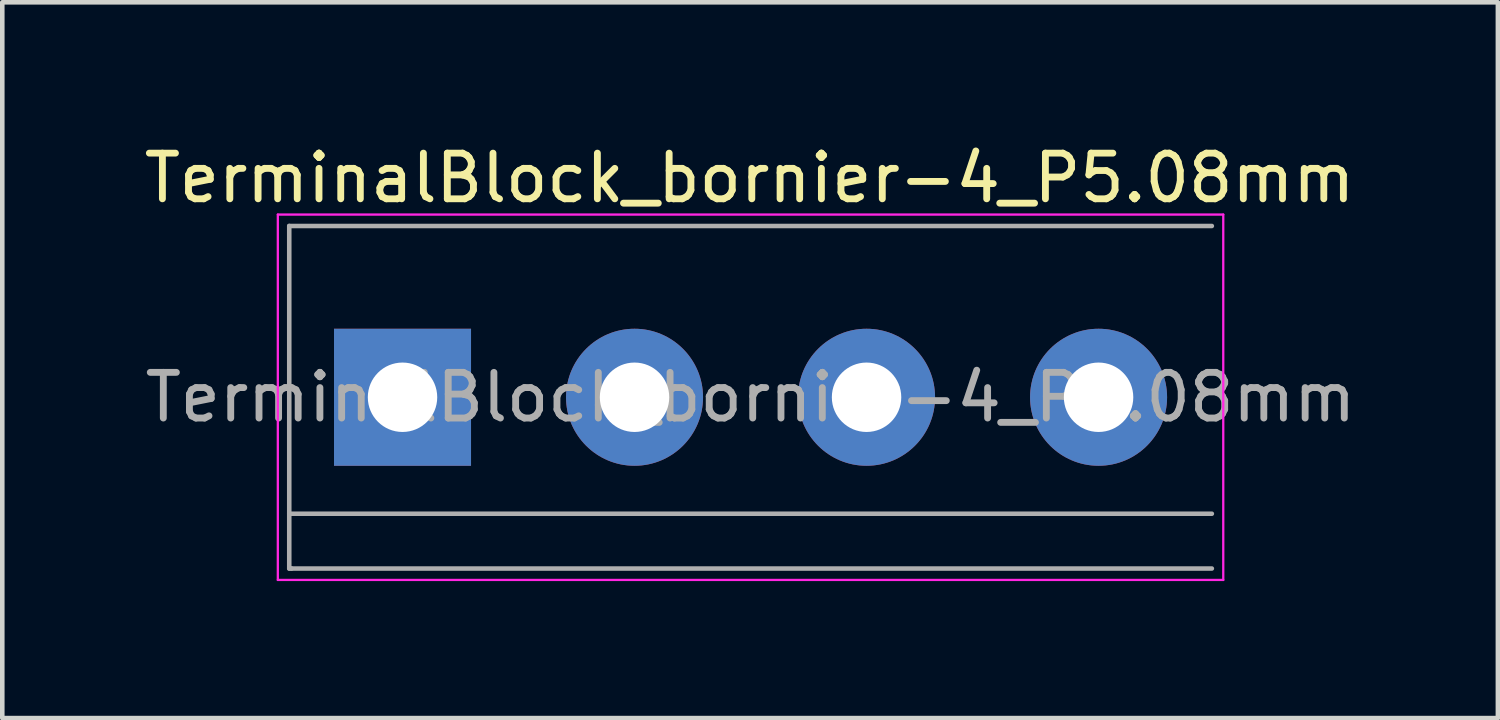
<source format=kicad_pcb>
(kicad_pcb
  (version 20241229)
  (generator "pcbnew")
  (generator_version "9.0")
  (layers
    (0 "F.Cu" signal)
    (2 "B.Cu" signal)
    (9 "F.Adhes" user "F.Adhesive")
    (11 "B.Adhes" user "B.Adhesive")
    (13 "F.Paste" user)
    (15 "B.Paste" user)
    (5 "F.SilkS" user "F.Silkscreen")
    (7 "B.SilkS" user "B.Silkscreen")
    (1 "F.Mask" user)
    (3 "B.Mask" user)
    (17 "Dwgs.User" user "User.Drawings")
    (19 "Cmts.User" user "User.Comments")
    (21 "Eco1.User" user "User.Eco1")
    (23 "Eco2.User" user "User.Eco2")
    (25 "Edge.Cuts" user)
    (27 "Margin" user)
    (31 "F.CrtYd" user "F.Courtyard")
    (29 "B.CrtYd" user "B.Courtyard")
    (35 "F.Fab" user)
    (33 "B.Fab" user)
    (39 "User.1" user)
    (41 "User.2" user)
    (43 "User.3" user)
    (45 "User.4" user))
  (footprint "TerminalBlock_bornier-4_P5.08mm"
    (layer "F.Cu")
    (at 5.763 5.648)
    (property "Reference" "TerminalBlock_bornier-4_P5.08mm" (at 7.6 -4.8 0) (layer "F.SilkS") (effects (font (size 1 1) (thickness 0.15))))
    (attr through_hole)
    (fp_line (start -2.73 -4) (end -2.73 4) (stroke (width 0.05) (type solid)) (layer "F.CrtYd"))
    (fp_line (start -2.73 -4) (end 17.97 -4) (stroke (width 0.05) (type solid)) (layer "F.CrtYd"))
    (fp_line (start 17.97 4) (end -2.73 4) (stroke (width 0.05) (type solid)) (layer "F.CrtYd"))
    (fp_line (start 17.97 4) (end 17.97 -4) (stroke (width 0.05) (type solid)) (layer "F.CrtYd"))
    (fp_line (start -2.48 -3.75) (end 17.72 -3.75) (stroke (width 0.1) (type solid)) (layer "F.Fab"))
    (fp_line (start -2.48 2.55) (end 17.72 2.55) (stroke (width 0.1) (type solid)) (layer "F.Fab"))
    (fp_line (start -2.48 3.75) (end -2.48 -3.75) (stroke (width 0.1) (type solid)) (layer "F.Fab"))
    (fp_line (start -2.43 3.75) (end -2.48 3.75) (stroke (width 0.1) (type solid)) (layer "F.Fab"))
    (fp_line (start 17.72 3.75) (end -2.43 3.75) (stroke (width 0.1) (type solid)) (layer "F.Fab"))
    (fp_text user "${REFERENCE}" (at 7.62 0 0) (layer "F.Fab") (effects (font (size 1 1) (thickness 0.15))))
    (pad "1" thru_hole rect (at 0 0) (size 3 3) (drill 1.52) (layers "*.Cu" "*.Mask"))
    (pad "2" thru_hole circle (at 5.08 0) (size 3 3) (drill 1.52) (layers "*.Cu" "*.Mask"))
    (pad "3" thru_hole circle (at 10.16 0) (size 3 3) (drill 1.52) (layers "*.Cu" "*.Mask"))
    (pad "4" thru_hole circle (at 15.24 0) (size 3 3) (drill 1.52) (layers "*.Cu" "*.Mask")))
  (gr_rect
    (start -3 -3)
    (end 29.746 12.673)
    (stroke (width 0.1) (type default))
    (fill no)
    (layer "Edge.Cuts")))
</source>
